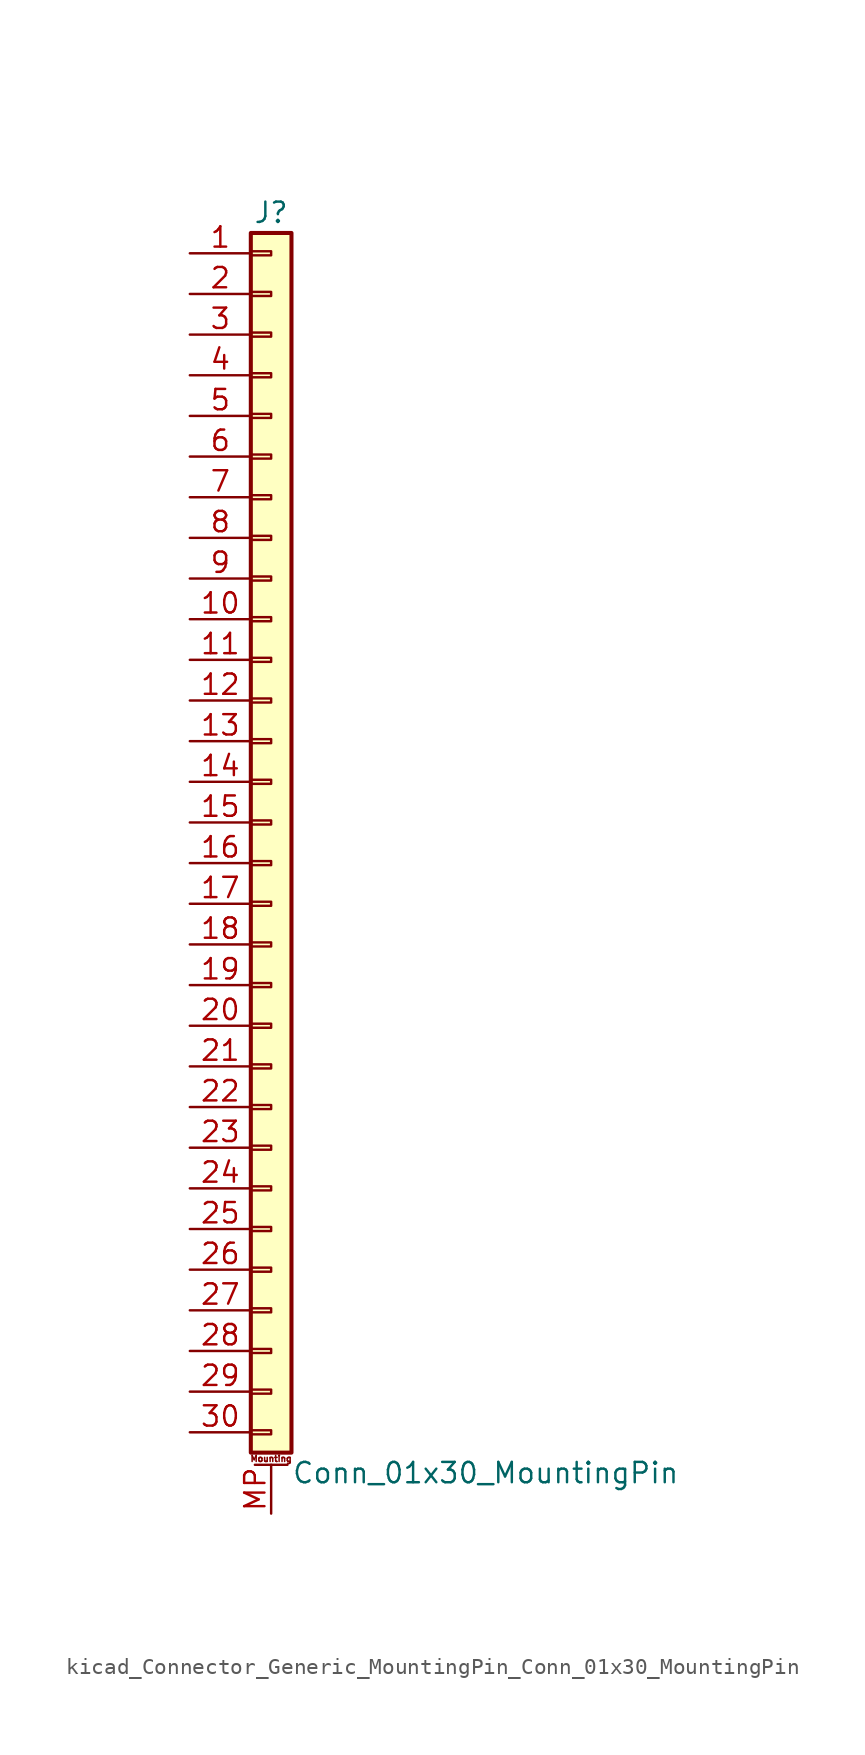
<source format=kicad_sym>
(kicad_symbol_lib
  (version 20220914)
  (generator kicad_symbol_editor)
  (symbol "kicad_Connector_Generic_MountingPin_Conn_01x30_MountingPin"
    (pin_names
      (offset 1.016) hide)
    (property "Reference" "J"
      (at 0 38.1 0)
      (effects (font (size 1.27 1.27))))
    (property "Value" "Conn_01x30_MountingPin"
      (at 1.27 -40.64 0)
      (effects (font (size 1.27 1.27)) (justify left)))
    (symbol "kicad_Connector_Generic_MountingPin_Conn_01x30_MountingPin_1_1"
      (rectangle (start -1.27 -37.973) (end 0 -38.227) (stroke (width 0.152) (type default)) (fill (type none)))
      (rectangle (start -1.27 -35.433) (end 0 -35.687) (stroke (width 0.152) (type default)) (fill (type none)))
      (rectangle (start -1.27 -32.893) (end 0 -33.147) (stroke (width 0.152) (type default)) (fill (type none)))
      (rectangle (start -1.27 -30.353) (end 0 -30.607) (stroke (width 0.152) (type default)) (fill (type none)))
      (rectangle (start -1.27 -27.813) (end 0 -28.067) (stroke (width 0.152) (type default)) (fill (type none)))
      (rectangle (start -1.27 -25.273) (end 0 -25.527) (stroke (width 0.152) (type default)) (fill (type none)))
      (rectangle (start -1.27 -22.733) (end 0 -22.987) (stroke (width 0.152) (type default)) (fill (type none)))
      (rectangle (start -1.27 -20.193) (end 0 -20.447) (stroke (width 0.152) (type default)) (fill (type none)))
      (rectangle (start -1.27 -17.653) (end 0 -17.907) (stroke (width 0.152) (type default)) (fill (type none)))
      (rectangle (start -1.27 -15.113) (end 0 -15.367) (stroke (width 0.152) (type default)) (fill (type none)))
      (rectangle (start -1.27 -12.573) (end 0 -12.827) (stroke (width 0.152) (type default)) (fill (type none)))
      (rectangle (start -1.27 -10.033) (end 0 -10.287) (stroke (width 0.152) (type default)) (fill (type none)))
      (rectangle (start -1.27 -7.493) (end 0 -7.747) (stroke (width 0.152) (type default)) (fill (type none)))
      (rectangle (start -1.27 -4.953) (end 0 -5.207) (stroke (width 0.152) (type default)) (fill (type none)))
      (rectangle (start -1.27 -2.413) (end 0 -2.667) (stroke (width 0.152) (type default)) (fill (type none)))
      (rectangle (start -1.27 0.127) (end 0 -0.127) (stroke (width 0.152) (type default)) (fill (type none)))
      (rectangle (start -1.27 2.667) (end 0 2.413) (stroke (width 0.152) (type default)) (fill (type none)))
      (rectangle (start -1.27 5.207) (end 0 4.953) (stroke (width 0.152) (type default)) (fill (type none)))
      (rectangle (start -1.27 7.747) (end 0 7.493) (stroke (width 0.152) (type default)) (fill (type none)))
      (rectangle (start -1.27 10.287) (end 0 10.033) (stroke (width 0.152) (type default)) (fill (type none)))
      (rectangle (start -1.27 12.827) (end 0 12.573) (stroke (width 0.152) (type default)) (fill (type none)))
      (rectangle (start -1.27 15.367) (end 0 15.113) (stroke (width 0.152) (type default)) (fill (type none)))
      (rectangle (start -1.27 17.907) (end 0 17.653) (stroke (width 0.152) (type default)) (fill (type none)))
      (rectangle (start -1.27 20.447) (end 0 20.193) (stroke (width 0.152) (type default)) (fill (type none)))
      (rectangle (start -1.27 22.987) (end 0 22.733) (stroke (width 0.152) (type default)) (fill (type none)))
      (rectangle (start -1.27 25.527) (end 0 25.273) (stroke (width 0.152) (type default)) (fill (type none)))
      (rectangle (start -1.27 28.067) (end 0 27.813) (stroke (width 0.152) (type default)) (fill (type none)))
      (rectangle (start -1.27 30.607) (end 0 30.353) (stroke (width 0.152) (type default)) (fill (type none)))
      (rectangle (start -1.27 33.147) (end 0 32.893) (stroke (width 0.152) (type default)) (fill (type none)))
      (rectangle (start -1.27 35.687) (end 0 35.433) (stroke (width 0.152) (type default)) (fill (type none)))
      (rectangle (start -1.27 36.83) (end 1.27 -39.37) (stroke (width 0.254) (type default)) (fill (type background)))
      (polyline (pts (xy -1.016 -40.132) (xy 1.016 -40.132)) (stroke (width 0.152) (type default)) (fill (type none)))
      (text "Mounting" (at 0 -39.751 0) (effects (font (size 0.381 0.381))))
      (pin passive line (at -5.08 35.56 0) (length 3.81) (name "Pin_1" (effects (font (size 1.27 1.27)))) (number "1" (effects (font (size 1.27 1.27)))))
      (pin passive line (at -5.08 12.7 0) (length 3.81) (name "Pin_10" (effects (font (size 1.27 1.27)))) (number "10" (effects (font (size 1.27 1.27)))))
      (pin passive line (at -5.08 10.16 0) (length 3.81) (name "Pin_11" (effects (font (size 1.27 1.27)))) (number "11" (effects (font (size 1.27 1.27)))))
      (pin passive line (at -5.08 7.62 0) (length 3.81) (name "Pin_12" (effects (font (size 1.27 1.27)))) (number "12" (effects (font (size 1.27 1.27)))))
      (pin passive line (at -5.08 5.08 0) (length 3.81) (name "Pin_13" (effects (font (size 1.27 1.27)))) (number "13" (effects (font (size 1.27 1.27)))))
      (pin passive line (at -5.08 2.54 0) (length 3.81) (name "Pin_14" (effects (font (size 1.27 1.27)))) (number "14" (effects (font (size 1.27 1.27)))))
      (pin passive line (at -5.08 0 0) (length 3.81) (name "Pin_15" (effects (font (size 1.27 1.27)))) (number "15" (effects (font (size 1.27 1.27)))))
      (pin passive line (at -5.08 -2.54 0) (length 3.81) (name "Pin_16" (effects (font (size 1.27 1.27)))) (number "16" (effects (font (size 1.27 1.27)))))
      (pin passive line (at -5.08 -5.08 0) (length 3.81) (name "Pin_17" (effects (font (size 1.27 1.27)))) (number "17" (effects (font (size 1.27 1.27)))))
      (pin passive line (at -5.08 -7.62 0) (length 3.81) (name "Pin_18" (effects (font (size 1.27 1.27)))) (number "18" (effects (font (size 1.27 1.27)))))
      (pin passive line (at -5.08 -10.16 0) (length 3.81) (name "Pin_19" (effects (font (size 1.27 1.27)))) (number "19" (effects (font (size 1.27 1.27)))))
      (pin passive line (at -5.08 33.02 0) (length 3.81) (name "Pin_2" (effects (font (size 1.27 1.27)))) (number "2" (effects (font (size 1.27 1.27)))))
      (pin passive line (at -5.08 -12.7 0) (length 3.81) (name "Pin_20" (effects (font (size 1.27 1.27)))) (number "20" (effects (font (size 1.27 1.27)))))
      (pin passive line (at -5.08 -15.24 0) (length 3.81) (name "Pin_21" (effects (font (size 1.27 1.27)))) (number "21" (effects (font (size 1.27 1.27)))))
      (pin passive line (at -5.08 -17.78 0) (length 3.81) (name "Pin_22" (effects (font (size 1.27 1.27)))) (number "22" (effects (font (size 1.27 1.27)))))
      (pin passive line (at -5.08 -20.32 0) (length 3.81) (name "Pin_23" (effects (font (size 1.27 1.27)))) (number "23" (effects (font (size 1.27 1.27)))))
      (pin passive line (at -5.08 -22.86 0) (length 3.81) (name "Pin_24" (effects (font (size 1.27 1.27)))) (number "24" (effects (font (size 1.27 1.27)))))
      (pin passive line (at -5.08 -25.4 0) (length 3.81) (name "Pin_25" (effects (font (size 1.27 1.27)))) (number "25" (effects (font (size 1.27 1.27)))))
      (pin passive line (at -5.08 -27.94 0) (length 3.81) (name "Pin_26" (effects (font (size 1.27 1.27)))) (number "26" (effects (font (size 1.27 1.27)))))
      (pin passive line (at -5.08 -30.48 0) (length 3.81) (name "Pin_27" (effects (font (size 1.27 1.27)))) (number "27" (effects (font (size 1.27 1.27)))))
      (pin passive line (at -5.08 -33.02 0) (length 3.81) (name "Pin_28" (effects (font (size 1.27 1.27)))) (number "28" (effects (font (size 1.27 1.27)))))
      (pin passive line (at -5.08 -35.56 0) (length 3.81) (name "Pin_29" (effects (font (size 1.27 1.27)))) (number "29" (effects (font (size 1.27 1.27)))))
      (pin passive line (at -5.08 30.48 0) (length 3.81) (name "Pin_3" (effects (font (size 1.27 1.27)))) (number "3" (effects (font (size 1.27 1.27)))))
      (pin passive line (at -5.08 -38.1 0) (length 3.81) (name "Pin_30" (effects (font (size 1.27 1.27)))) (number "30" (effects (font (size 1.27 1.27)))))
      (pin passive line (at -5.08 27.94 0) (length 3.81) (name "Pin_4" (effects (font (size 1.27 1.27)))) (number "4" (effects (font (size 1.27 1.27)))))
      (pin passive line (at -5.08 25.4 0) (length 3.81) (name "Pin_5" (effects (font (size 1.27 1.27)))) (number "5" (effects (font (size 1.27 1.27)))))
      (pin passive line (at -5.08 22.86 0) (length 3.81) (name "Pin_6" (effects (font (size 1.27 1.27)))) (number "6" (effects (font (size 1.27 1.27)))))
      (pin passive line (at -5.08 20.32 0) (length 3.81) (name "Pin_7" (effects (font (size 1.27 1.27)))) (number "7" (effects (font (size 1.27 1.27)))))
      (pin passive line (at -5.08 17.78 0) (length 3.81) (name "Pin_8" (effects (font (size 1.27 1.27)))) (number "8" (effects (font (size 1.27 1.27)))))
      (pin passive line (at -5.08 15.24 0) (length 3.81) (name "Pin_9" (effects (font (size 1.27 1.27)))) (number "9" (effects (font (size 1.27 1.27)))))
      (pin passive line (at 0 -43.18 90) (length 3.048) (name "MountPin" (effects (font (size 1.27 1.27)))) (number "MP" (effects (font (size 1.27 1.27))))))))
</source>
